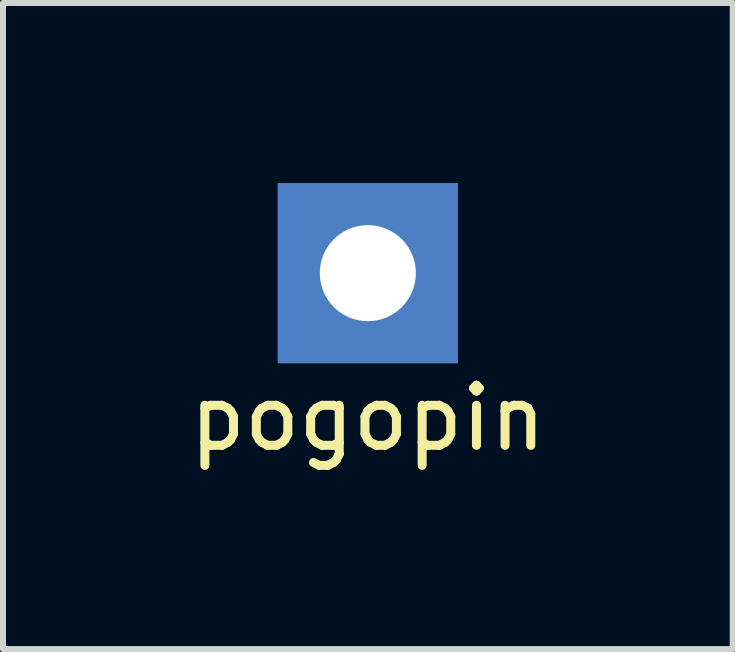
<source format=kicad_pcb>
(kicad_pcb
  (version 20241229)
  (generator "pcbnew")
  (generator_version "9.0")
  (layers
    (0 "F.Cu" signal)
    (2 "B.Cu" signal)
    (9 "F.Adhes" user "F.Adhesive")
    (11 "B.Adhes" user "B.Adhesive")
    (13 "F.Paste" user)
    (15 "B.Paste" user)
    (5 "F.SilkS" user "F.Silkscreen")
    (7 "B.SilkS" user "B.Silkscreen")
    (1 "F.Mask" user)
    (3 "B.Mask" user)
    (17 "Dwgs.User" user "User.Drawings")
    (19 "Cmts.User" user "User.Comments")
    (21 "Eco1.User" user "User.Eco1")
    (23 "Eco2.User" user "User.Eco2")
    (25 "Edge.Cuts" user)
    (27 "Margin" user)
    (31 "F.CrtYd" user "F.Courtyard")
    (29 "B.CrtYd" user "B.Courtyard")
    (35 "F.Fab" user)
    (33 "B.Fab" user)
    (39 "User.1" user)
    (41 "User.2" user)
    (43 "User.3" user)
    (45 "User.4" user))
  (footprint "pogopin"
    (layer "F.Cu")
    (at 3.077 1.5)
    (property "Reference" "pogopin" (at 0 2.413 0) (layer "F.SilkS") (effects (font (size 1 1) (thickness 0.15))))
    (attr through_hole)
    (pad "1" thru_hole rect (at 0 0) (size 3 3) (drill 1.6) (layers "*.Cu" "*.Mask")))
  (gr_rect
    (start -3 -3)
    (end 9.155 7.761)
    (stroke (width 0.1) (type default))
    (fill no)
    (layer "Edge.Cuts")))
</source>
